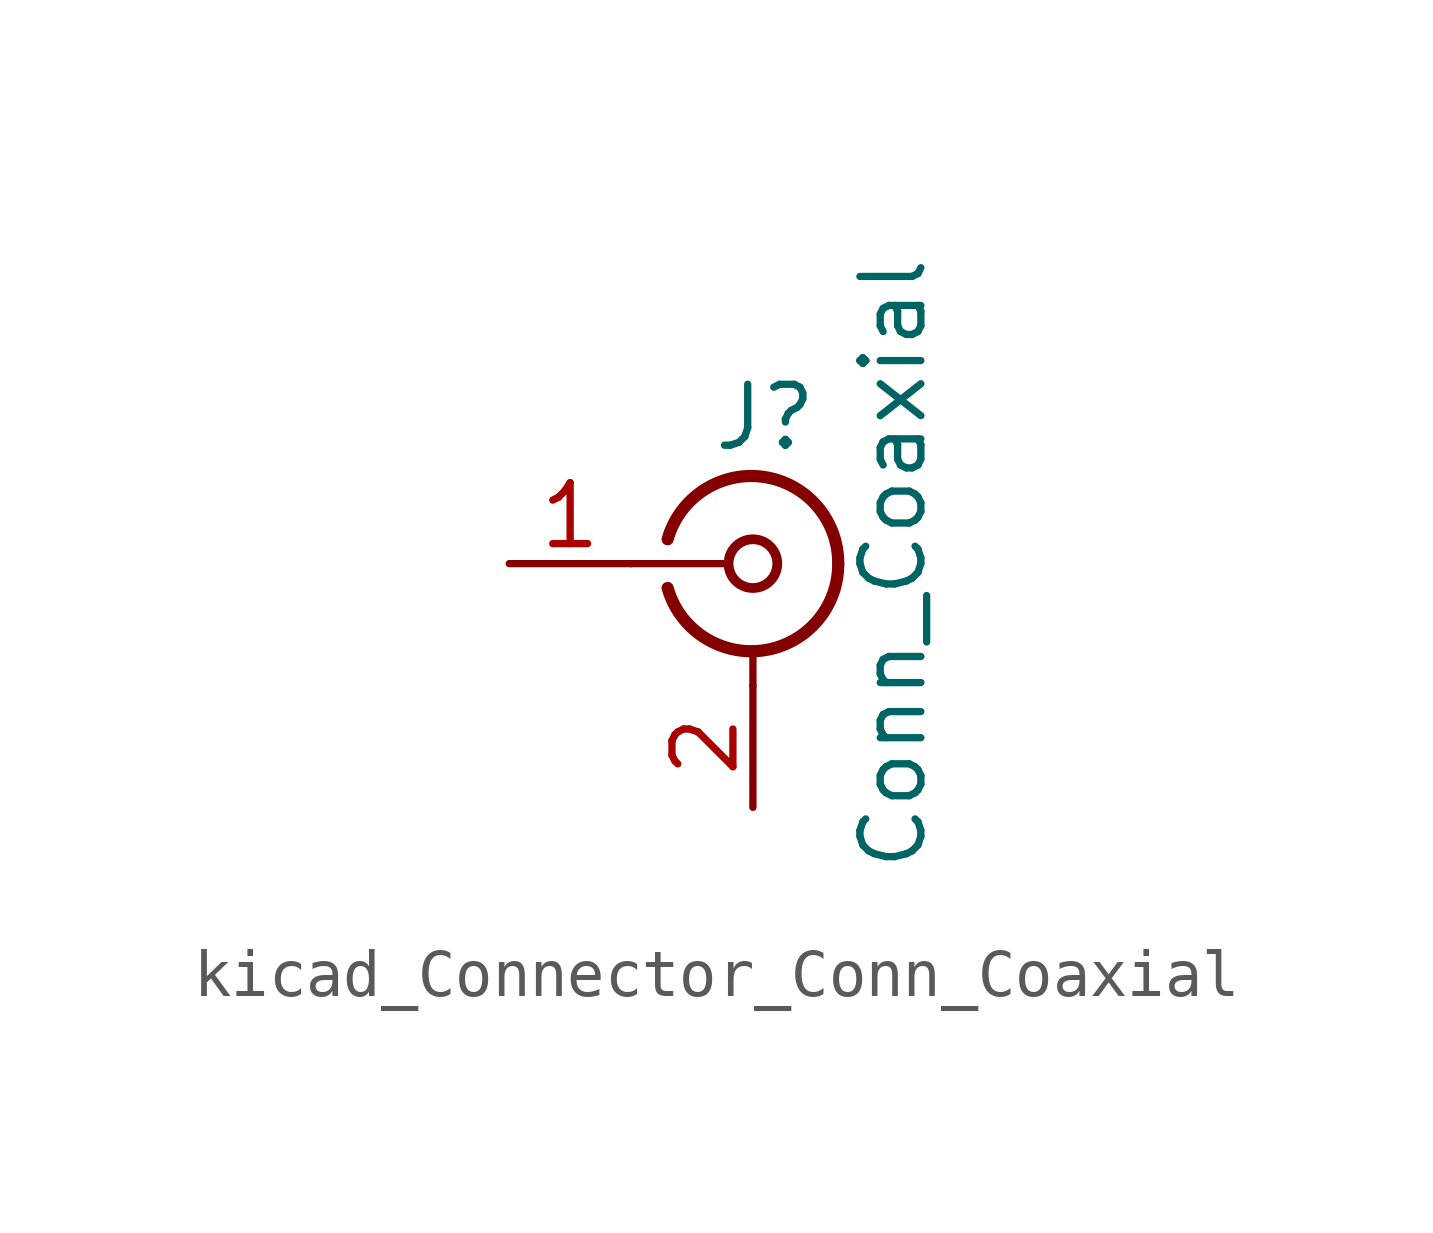
<source format=kicad_sym>
(kicad_symbol_lib
  (version 20220914)
  (generator kicad_symbol_editor)
  (symbol "kicad_Connector_Conn_Coaxial"
    (pin_names
      (offset 1.016) hide)
    (property "Reference" "J"
      (at 0.254 3.048 0)
      (effects (font (size 1.27 1.27))))
    (property "Value" "Conn_Coaxial"
      (at 2.921 0 90)
      (effects (font (size 1.27 1.27))))
    (symbol "kicad_Connector_Conn_Coaxial_0_1"
      (arc (start -1.778 -0.508) (mid 0.2311 -1.8066) (end 1.778 0) (stroke (width 0.254) (type default)) (fill (type none)))
      (polyline (pts (xy -2.54 0) (xy -0.508 0)) (stroke (width 0) (type default)) (fill (type none)))
      (polyline (pts (xy 0 -2.54) (xy 0 -1.778)) (stroke (width 0) (type default)) (fill (type none)))
      (circle (center 0 0) (radius 0.508) (stroke (width 0.203) (type default)) (fill (type none)))
      (arc (start 1.778 0) (mid 0.2099 1.8101) (end -1.778 0.508) (stroke (width 0.254) (type default)) (fill (type none))))
    (symbol "kicad_Connector_Conn_Coaxial_1_1"
      (pin passive line (at -5.08 0 0) (length 2.54) (name "In" (effects (font (size 1.27 1.27)))) (number "1" (effects (font (size 1.27 1.27)))))
      (pin passive line (at 0 -5.08 90) (length 2.54) (name "Ext" (effects (font (size 1.27 1.27)))) (number "2" (effects (font (size 1.27 1.27))))))))
</source>
